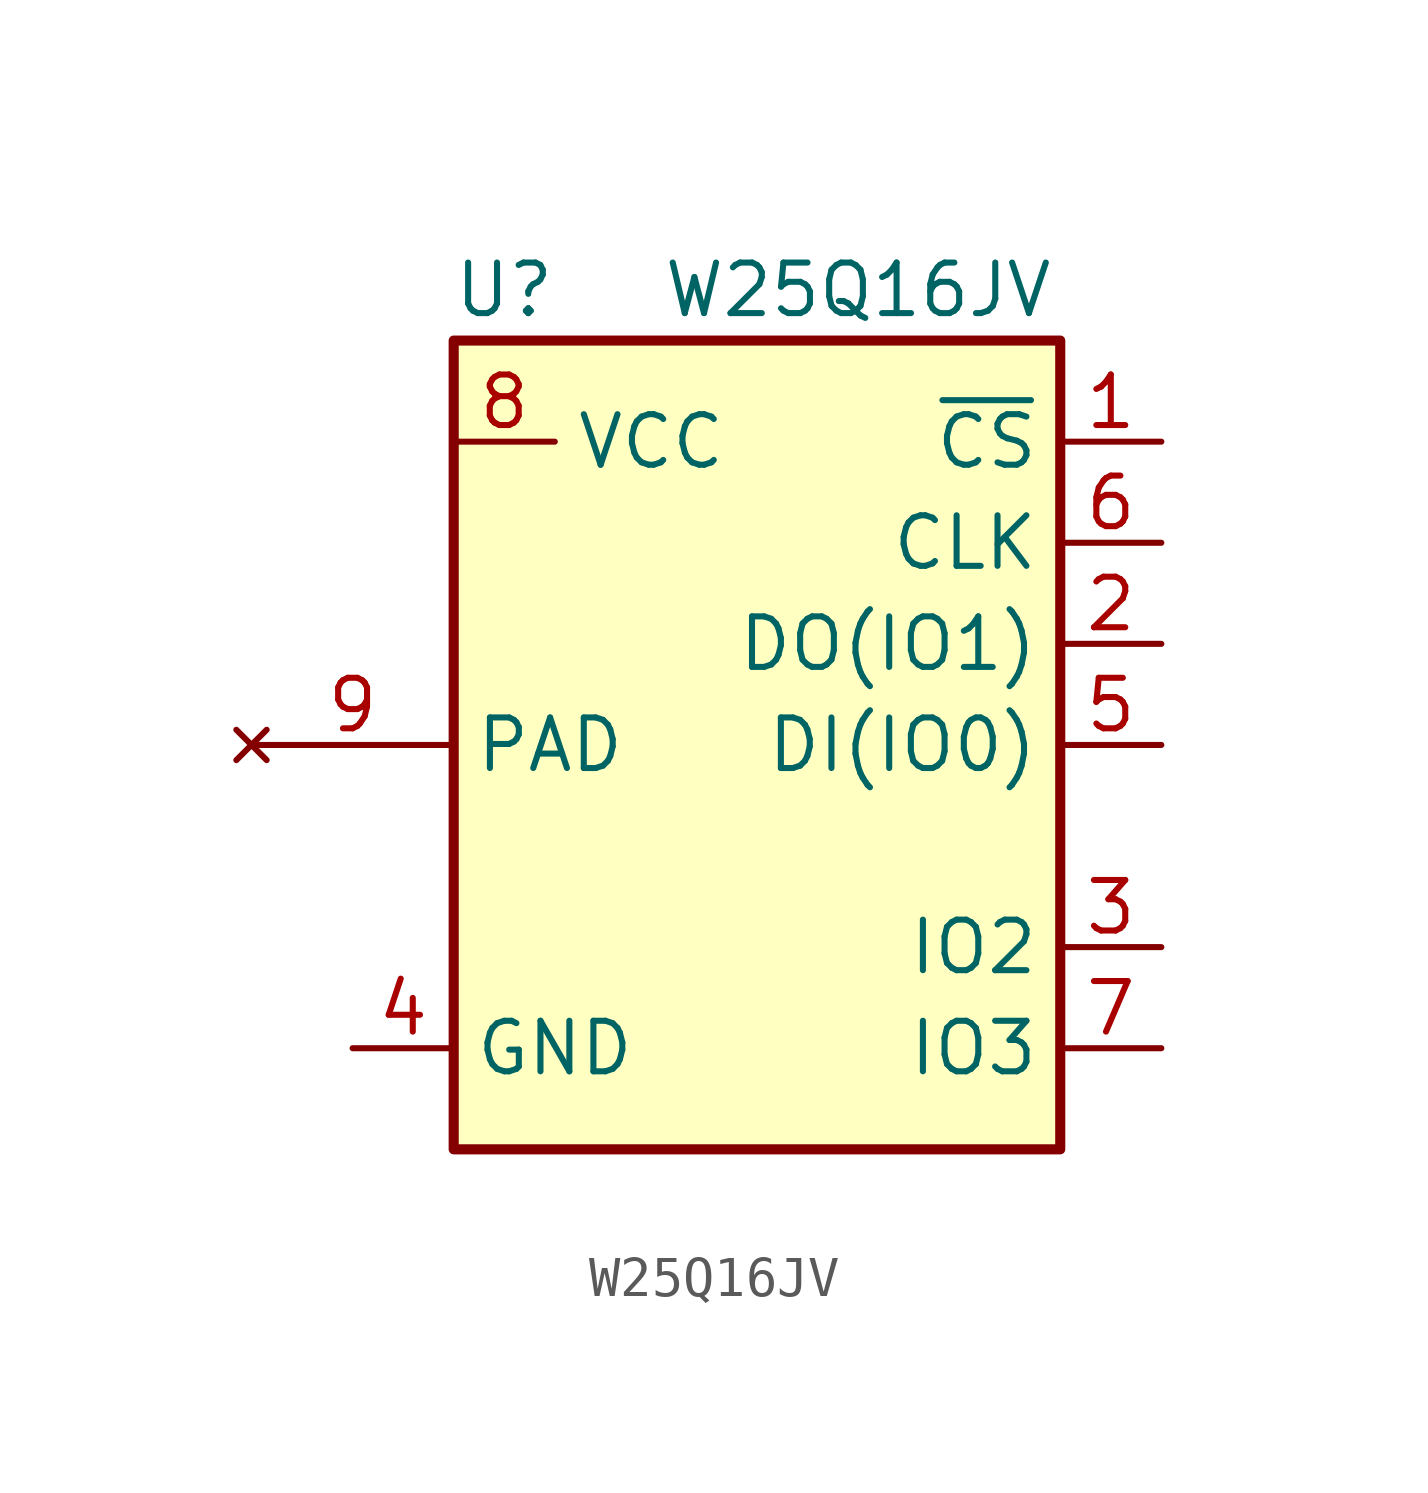
<source format=kicad_sym>
(kicad_symbol_lib
  (version 20220914)
  (generator kicad_symbol_editor)
  (symbol "W25Q16JV"
    (property "Reference" "U"
      (at -6.35 11.43 0)
      (effects (font (size 1.27 1.27))))
    (property "Value" "W25Q16JV"
      (at 2.54 11.43 0)
      (effects (font (size 1.27 1.27))))
    (symbol "W25Q16JV_0_1"
      (rectangle (start -7.62 10.16) (end 7.62 -10.16) (stroke (width 0.254) (type default)) (fill (type background))))
    (symbol "W25Q16JV_1_1"
      (pin input line (at 10.16 7.62 180) (length 2.54) (name "~{CS}" (effects (font (size 1.27 1.27)))) (number "1" (effects (font (size 1.27 1.27)))))
      (pin bidirectional line (at 10.16 2.54 180) (length 2.54) (name "DO(IO1)" (effects (font (size 1.27 1.27)))) (number "2" (effects (font (size 1.27 1.27)))))
      (pin bidirectional line (at 10.16 -5.08 180) (length 2.54) (name "IO2" (effects (font (size 1.27 1.27)))) (number "3" (effects (font (size 1.27 1.27)))))
      (pin power_in line (at -10.16 -7.62 0) (length 2.54) (name "GND" (effects (font (size 1.27 1.27)))) (number "4" (effects (font (size 1.27 1.27)))))
      (pin bidirectional line (at 10.16 0 180) (length 2.54) (name "DI(IO0)" (effects (font (size 1.27 1.27)))) (number "5" (effects (font (size 1.27 1.27)))))
      (pin input line (at 10.16 5.08 180) (length 2.54) (name "CLK" (effects (font (size 1.27 1.27)))) (number "6" (effects (font (size 1.27 1.27)))))
      (pin bidirectional line (at 10.16 -7.62 180) (length 2.54) (name "IO3" (effects (font (size 1.27 1.27)))) (number "7" (effects (font (size 1.27 1.27)))))
      (pin power_in line (at -7.62 7.62 0) (length 2.54) (name "VCC" (effects (font (size 1.27 1.27)))) (number "8" (effects (font (size 1.27 1.27)))))
      (pin no_connect line (at -12.7 0 0) (length 5.08) (name "PAD" (effects (font (size 1.27 1.27)))) (number "9" (effects (font (size 1.27 1.27))))))))
</source>
